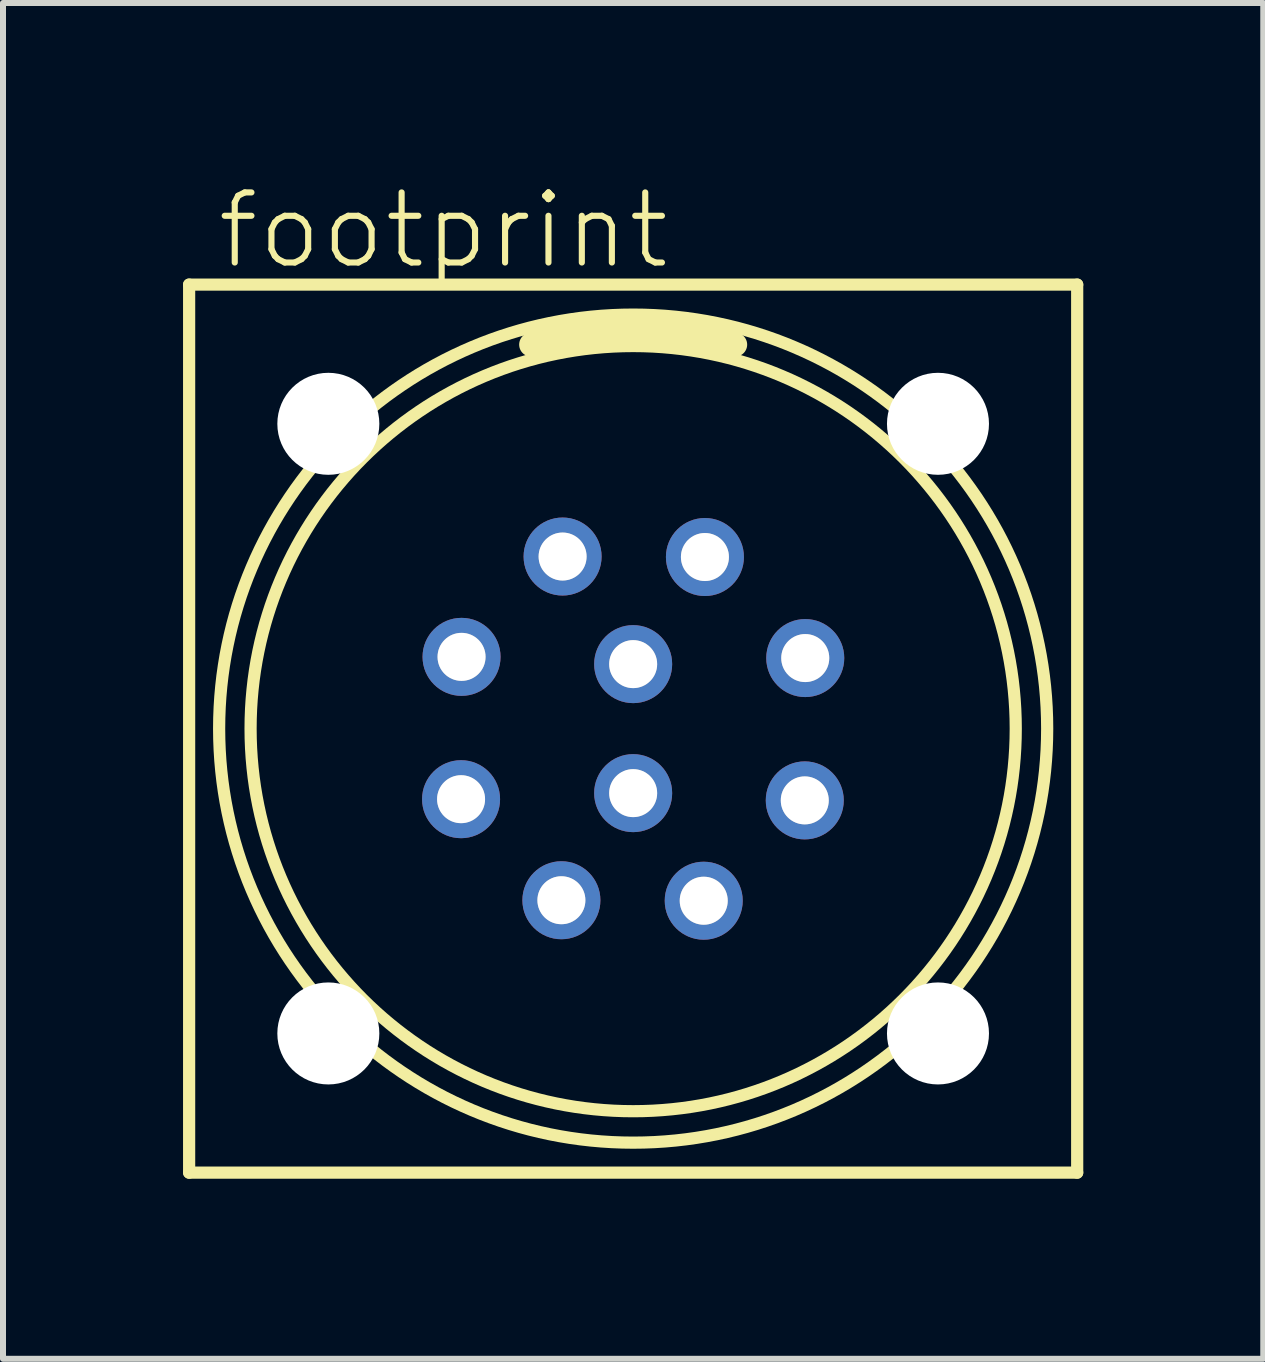
<source format=kicad_pcb>
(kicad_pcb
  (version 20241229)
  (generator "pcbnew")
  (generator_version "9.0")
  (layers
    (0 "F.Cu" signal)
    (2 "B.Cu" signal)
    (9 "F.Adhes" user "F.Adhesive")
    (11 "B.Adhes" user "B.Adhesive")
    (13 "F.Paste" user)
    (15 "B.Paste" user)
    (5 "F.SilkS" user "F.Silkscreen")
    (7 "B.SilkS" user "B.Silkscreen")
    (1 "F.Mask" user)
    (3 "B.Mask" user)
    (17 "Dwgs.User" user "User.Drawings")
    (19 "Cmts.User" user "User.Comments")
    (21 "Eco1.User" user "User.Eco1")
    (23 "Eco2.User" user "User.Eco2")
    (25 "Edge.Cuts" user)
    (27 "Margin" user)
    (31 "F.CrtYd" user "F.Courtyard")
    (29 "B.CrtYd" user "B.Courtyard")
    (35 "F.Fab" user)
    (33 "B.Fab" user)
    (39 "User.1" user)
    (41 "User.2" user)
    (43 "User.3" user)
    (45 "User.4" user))
  (footprint "footprint"
    (layer "F.Cu")
    (at 7.502 9.093)
    (property "Reference" "footprint" (at -6.985 -7.62 0) (layer "F.SilkS") (effects (font (size 1.168 1.168) (thickness 0.102)) (justify left bottom)))
    (fp_line (start -7.4 -7.4) (end 7.4 -7.4) (stroke (width 0.203) (type solid)) (layer "F.SilkS"))
    (fp_line (start -7.4 7.4) (end -7.4 -7.4) (stroke (width 0.203) (type solid)) (layer "F.SilkS"))
    (fp_line (start 7.4 -7.4) (end 7.4 7.4) (stroke (width 0.203) (type solid)) (layer "F.SilkS"))
    (fp_line (start 7.4 7.4) (end -7.4 7.4) (stroke (width 0.203) (type solid)) (layer "F.SilkS"))
    (fp_arc (start -1.7 -6.4) (mid 0 -6.650475) (end 1.700001 -6.4) (stroke (width 0.4) (type solid)) (layer "F.SilkS"))
    (fp_circle (center 0 0) (end 6.376 0) (stroke (width 0.203) (type solid)) (fill no) (layer "F.SilkS"))
    (fp_circle (center 0 0) (end 6.9 0) (stroke (width 0.203) (type solid)) (fill no) (layer "F.SilkS"))
    (fp_circle (center -2.868 1.176) (end -2.57 1.176) (stroke (width 0.203) (type solid)) (fill no) (layer "F.Fab"))
    (fp_circle (center -2.86 -1.196) (end -2.561 -1.196) (stroke (width 0.203) (type solid)) (fill no) (layer "F.Fab"))
    (fp_circle (center -1.196 2.86) (end -0.898 2.86) (stroke (width 0.203) (type solid)) (fill no) (layer "F.Fab"))
    (fp_circle (center -1.176 -2.868) (end -0.878 -2.868) (stroke (width 0.203) (type solid)) (fill no) (layer "F.Fab"))
    (fp_circle (center 0 -1.075) (end 0.298 -1.075) (stroke (width 0.203) (type solid)) (fill no) (layer "F.Fab"))
    (fp_circle (center 0 1.075) (end 0.298 1.075) (stroke (width 0.203) (type solid)) (fill no) (layer "F.Fab"))
    (fp_circle (center 1.176 2.868) (end 1.475 2.868) (stroke (width 0.203) (type solid)) (fill no) (layer "F.Fab"))
    (fp_circle (center 1.196 -2.86) (end 1.495 -2.86) (stroke (width 0.203) (type solid)) (fill no) (layer "F.Fab"))
    (fp_circle (center 2.86 1.196) (end 3.158 1.196) (stroke (width 0.203) (type solid)) (fill no) (layer "F.Fab"))
    (fp_circle (center 2.868 -1.176) (end 3.167 -1.176) (stroke (width 0.203) (type solid)) (fill no) (layer "F.Fab"))
    (pad "" np_thru_hole circle (at -5.08 -5.08) (size 1.7 1.7) (drill 1.7) (layers "*.Cu" "*.Mask"))
    (pad "" np_thru_hole circle (at -5.08 5.08) (size 1.7 1.7) (drill 1.7) (layers "*.Cu" "*.Mask"))
    (pad "" np_thru_hole circle (at 5.08 -5.08) (size 1.7 1.7) (drill 1.7) (layers "*.Cu" "*.Mask"))
    (pad "" np_thru_hole circle (at 5.08 5.08) (size 1.7 1.7) (drill 1.7) (layers "*.Cu" "*.Mask"))
    (pad "1" thru_hole circle (at -1.176 -2.868 112.3) (size 1.3 1.3) (drill 0.8) (layers "*.Cu" "*.Mask"))
    (pad "2" thru_hole circle (at -2.86 -1.196 157.3) (size 1.3 1.3) (drill 0.8) (layers "*.Cu" "*.Mask"))
    (pad "3" thru_hole circle (at -2.868 1.176 202.3) (size 1.3 1.3) (drill 0.8) (layers "*.Cu" "*.Mask"))
    (pad "4" thru_hole circle (at -1.196 2.86 247.3) (size 1.3 1.3) (drill 0.8) (layers "*.Cu" "*.Mask"))
    (pad "5" thru_hole circle (at 1.176 2.868 292.3) (size 1.3 1.3) (drill 0.8) (layers "*.Cu" "*.Mask"))
    (pad "6" thru_hole circle (at 2.86 1.196 337.3) (size 1.3 1.3) (drill 0.8) (layers "*.Cu" "*.Mask"))
    (pad "7" thru_hole circle (at 2.868 -1.176 22.3) (size 1.3 1.3) (drill 0.8) (layers "*.Cu" "*.Mask"))
    (pad "8" thru_hole circle (at 1.196 -2.86 67.3) (size 1.3 1.3) (drill 0.8) (layers "*.Cu" "*.Mask"))
    (pad "9" thru_hole circle (at 0 -1.075 22.3) (size 1.3 1.3) (drill 0.8) (layers "*.Cu" "*.Mask"))
    (pad "10" thru_hole circle (at 0 1.075 22.3) (size 1.3 1.3) (drill 0.8) (layers "*.Cu" "*.Mask")))
  (gr_rect
    (start -3 -3)
    (end 18.003 19.595)
    (stroke (width 0.1) (type default))
    (fill no)
    (layer "Edge.Cuts")))
</source>
